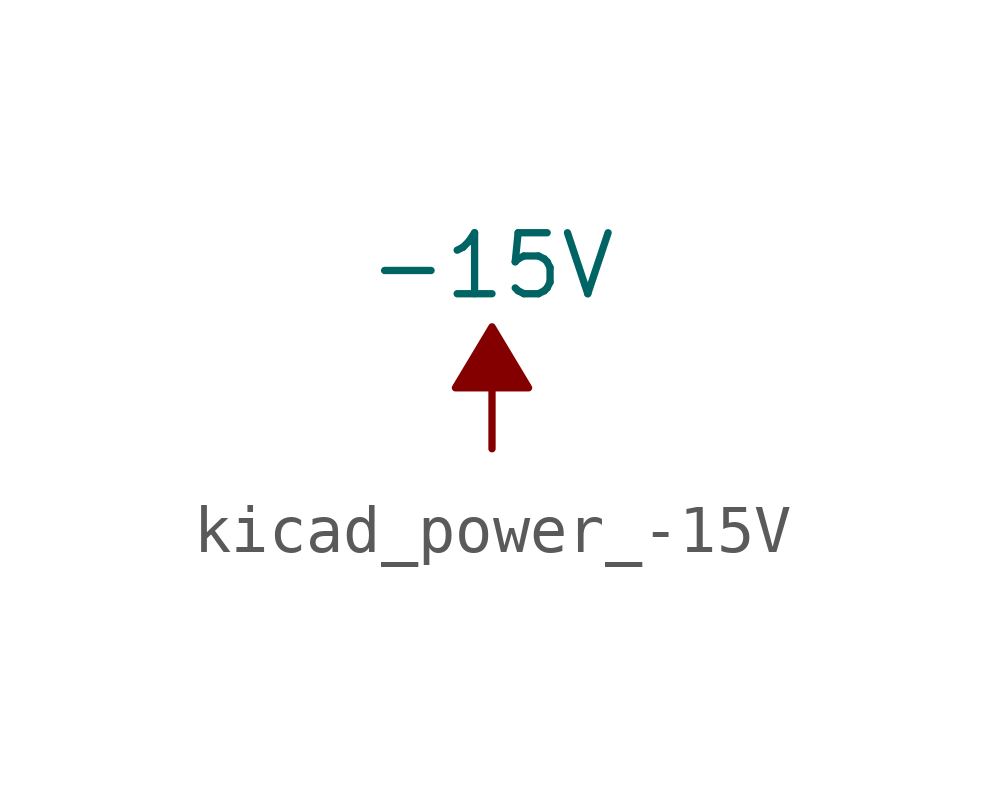
<source format=kicad_sym>
(kicad_symbol_lib
  (version 20220914)
  (generator kicad_symbol_editor)
  (symbol "kicad_power_-15V"
    (power)
    (pin_names
      (offset 0))
    (property "Reference" "#PWR"
      (at 0 2.54 0)
      (effects (font (size 1.27 1.27)) hide))
    (property "Value" "-15V"
      (at 0 3.81 0)
      (effects (font (size 1.27 1.27))))
    (symbol "kicad_power_-15V_0_0"
      (pin power_in line (at 0 0 90) (length 0) hide (name "-15V" (effects (font (size 1.27 1.27)))) (number "1" (effects (font (size 1.27 1.27))))))
    (symbol "kicad_power_-15V_0_1"
      (polyline (pts (xy 0 0) (xy 0 1.27) (xy 0.762 1.27) (xy 0 2.54) (xy -0.762 1.27) (xy 0 1.27)) (stroke (width 0) (type default)) (fill (type outline))))))
</source>
